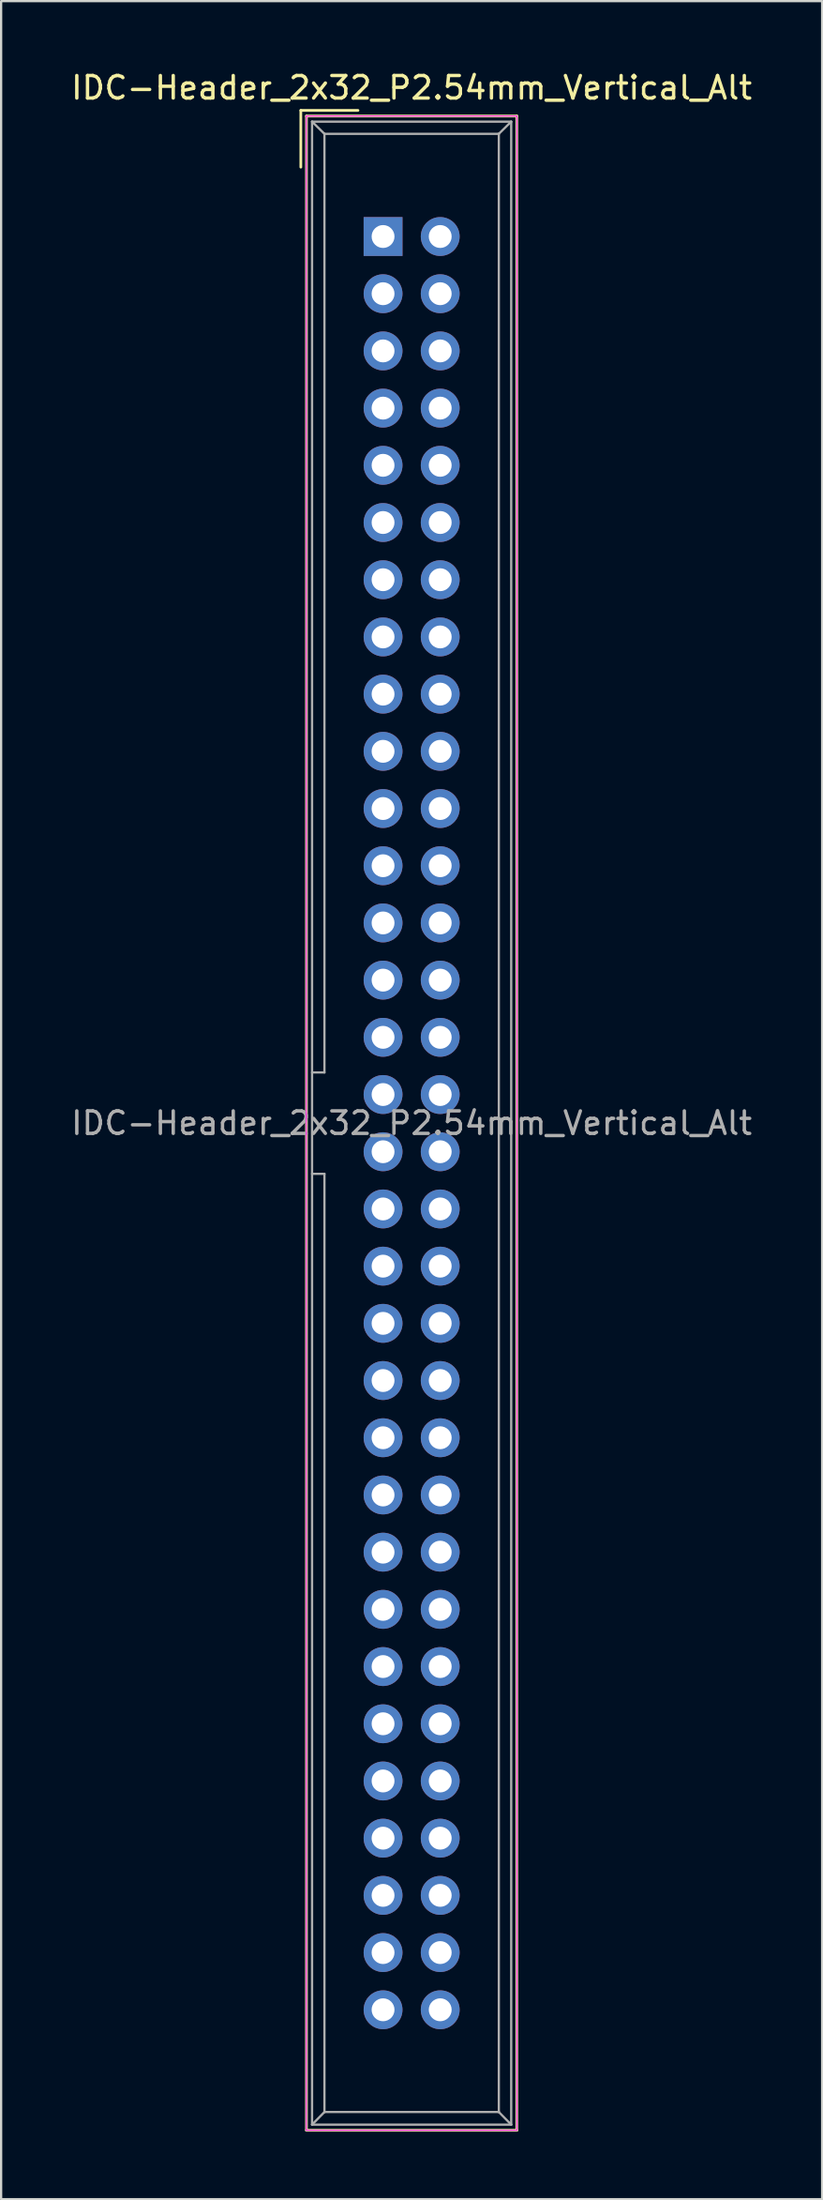
<source format=kicad_pcb>
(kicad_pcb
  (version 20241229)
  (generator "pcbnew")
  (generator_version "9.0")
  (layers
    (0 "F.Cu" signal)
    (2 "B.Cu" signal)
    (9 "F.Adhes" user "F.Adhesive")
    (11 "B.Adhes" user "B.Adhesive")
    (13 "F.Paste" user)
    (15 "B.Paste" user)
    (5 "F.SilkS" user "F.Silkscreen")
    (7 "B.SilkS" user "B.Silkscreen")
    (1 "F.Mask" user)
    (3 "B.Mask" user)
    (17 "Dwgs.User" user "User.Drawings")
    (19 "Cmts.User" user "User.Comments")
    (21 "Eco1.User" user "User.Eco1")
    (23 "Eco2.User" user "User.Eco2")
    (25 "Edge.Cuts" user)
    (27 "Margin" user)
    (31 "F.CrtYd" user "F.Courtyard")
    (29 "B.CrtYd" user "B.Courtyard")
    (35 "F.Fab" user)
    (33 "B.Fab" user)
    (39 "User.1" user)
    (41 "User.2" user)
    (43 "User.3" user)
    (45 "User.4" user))
  (footprint "IDC-Header_2x32_P2.54mm_Vertical_Alt"
    (layer "F.Cu")
    (at 13.974 7.452)
    (property "Reference" "IDC-Header_2x32_P2.54mm_Vertical_Alt" (at 1.27 -6.604 0) (layer "F.SilkS") (effects (font (size 1 1) (thickness 0.15))))
    (attr through_hole)
    (fp_line (start -3.655 -5.6) (end -3.655 -3.08) (stroke (width 0.12) (type solid)) (layer "F.SilkS"))
    (fp_line (start -3.655 -5.6) (end -1.115 -5.6) (stroke (width 0.12) (type solid)) (layer "F.SilkS"))
    (fp_line (start -3.405 -5.35) (end 5.945 -5.35) (stroke (width 0.12) (type solid)) (layer "F.SilkS"))
    (fp_line (start -3.405 84.09) (end -3.405 -5.35) (stroke (width 0.12) (type solid)) (layer "F.SilkS"))
    (fp_line (start 5.945 -5.35) (end 5.945 84.09) (stroke (width 0.12) (type solid)) (layer "F.SilkS"))
    (fp_line (start 5.945 84.09) (end -3.405 84.09) (stroke (width 0.12) (type solid)) (layer "F.SilkS"))
    (fp_line (start -3.41 -5.35) (end 5.95 -5.35) (stroke (width 0.05) (type solid)) (layer "F.CrtYd"))
    (fp_line (start -3.41 84.09) (end -3.41 -5.35) (stroke (width 0.05) (type solid)) (layer "F.CrtYd"))
    (fp_line (start 5.95 -5.35) (end 5.95 84.09) (stroke (width 0.05) (type solid)) (layer "F.CrtYd"))
    (fp_line (start 5.95 84.09) (end -3.41 84.09) (stroke (width 0.05) (type solid)) (layer "F.CrtYd"))
    (fp_line (start -3.155 -5.1) (end -3.155 83.84) (stroke (width 0.1) (type solid)) (layer "F.Fab"))
    (fp_line (start -3.155 -5.1) (end -2.605 -4.56) (stroke (width 0.1) (type solid)) (layer "F.Fab"))
    (fp_line (start -3.155 83.84) (end -2.605 83.28) (stroke (width 0.1) (type solid)) (layer "F.Fab"))
    (fp_line (start -2.605 -4.56) (end -2.605 37.12) (stroke (width 0.1) (type solid)) (layer "F.Fab"))
    (fp_line (start -2.605 37.12) (end -3.155 37.12) (stroke (width 0.1) (type solid)) (layer "F.Fab"))
    (fp_line (start -2.605 41.62) (end -3.155 41.62) (stroke (width 0.1) (type solid)) (layer "F.Fab"))
    (fp_line (start -2.605 41.62) (end -2.605 83.28) (stroke (width 0.1) (type solid)) (layer "F.Fab"))
    (fp_line (start 5.145 -4.56) (end -2.605 -4.56) (stroke (width 0.1) (type solid)) (layer "F.Fab"))
    (fp_line (start 5.145 -4.56) (end 5.145 83.28) (stroke (width 0.1) (type solid)) (layer "F.Fab"))
    (fp_line (start 5.145 83.28) (end -2.605 83.28) (stroke (width 0.1) (type solid)) (layer "F.Fab"))
    (fp_line (start 5.695 -5.1) (end -3.155 -5.1) (stroke (width 0.1) (type solid)) (layer "F.Fab"))
    (fp_line (start 5.695 -5.1) (end 5.145 -4.56) (stroke (width 0.1) (type solid)) (layer "F.Fab"))
    (fp_line (start 5.695 -5.1) (end 5.695 83.84) (stroke (width 0.1) (type solid)) (layer "F.Fab"))
    (fp_line (start 5.695 83.84) (end -3.155 83.84) (stroke (width 0.1) (type solid)) (layer "F.Fab"))
    (fp_line (start 5.695 83.84) (end 5.145 83.28) (stroke (width 0.1) (type solid)) (layer "F.Fab"))
    (fp_text user "${REFERENCE}" (at 1.27 39.37 0) (layer "F.Fab") (effects (font (size 1 1) (thickness 0.15))))
    (pad "1a" thru_hole rect (at 0 0) (size 1.727 1.727) (drill 1.016) (layers "*.Cu" "*.Mask"))
    (pad "1b" thru_hole oval (at 2.54 0) (size 1.727 1.727) (drill 1.016) (layers "*.Cu" "*.Mask"))
    (pad "2a" thru_hole oval (at 0 2.54) (size 1.727 1.727) (drill 1.016) (layers "*.Cu" "*.Mask"))
    (pad "2b" thru_hole oval (at 2.54 2.54) (size 1.727 1.727) (drill 1.016) (layers "*.Cu" "*.Mask"))
    (pad "3a" thru_hole oval (at 0 5.08) (size 1.727 1.727) (drill 1.016) (layers "*.Cu" "*.Mask"))
    (pad "3b" thru_hole oval (at 2.54 5.08) (size 1.727 1.727) (drill 1.016) (layers "*.Cu" "*.Mask"))
    (pad "4a" thru_hole oval (at 0 7.62) (size 1.727 1.727) (drill 1.016) (layers "*.Cu" "*.Mask"))
    (pad "4b" thru_hole oval (at 2.54 7.62) (size 1.727 1.727) (drill 1.016) (layers "*.Cu" "*.Mask"))
    (pad "5a" thru_hole oval (at 0 10.16) (size 1.727 1.727) (drill 1.016) (layers "*.Cu" "*.Mask"))
    (pad "5b" thru_hole oval (at 2.54 10.16) (size 1.727 1.727) (drill 1.016) (layers "*.Cu" "*.Mask"))
    (pad "6a" thru_hole oval (at 0 12.7) (size 1.727 1.727) (drill 1.016) (layers "*.Cu" "*.Mask"))
    (pad "6b" thru_hole oval (at 2.54 12.7) (size 1.727 1.727) (drill 1.016) (layers "*.Cu" "*.Mask"))
    (pad "7a" thru_hole oval (at 0 15.24) (size 1.727 1.727) (drill 1.016) (layers "*.Cu" "*.Mask"))
    (pad "7b" thru_hole oval (at 2.54 15.24) (size 1.727 1.727) (drill 1.016) (layers "*.Cu" "*.Mask"))
    (pad "8a" thru_hole oval (at 0 17.78) (size 1.727 1.727) (drill 1.016) (layers "*.Cu" "*.Mask"))
    (pad "8b" thru_hole oval (at 2.54 17.78) (size 1.727 1.727) (drill 1.016) (layers "*.Cu" "*.Mask"))
    (pad "9a" thru_hole oval (at 0 20.32) (size 1.727 1.727) (drill 1.016) (layers "*.Cu" "*.Mask"))
    (pad "9b" thru_hole oval (at 2.54 20.32) (size 1.727 1.727) (drill 1.016) (layers "*.Cu" "*.Mask"))
    (pad "10a" thru_hole oval (at 0 22.86) (size 1.727 1.727) (drill 1.016) (layers "*.Cu" "*.Mask"))
    (pad "10b" thru_hole oval (at 2.54 22.86) (size 1.727 1.727) (drill 1.016) (layers "*.Cu" "*.Mask"))
    (pad "11a" thru_hole oval (at 0 25.4) (size 1.727 1.727) (drill 1.016) (layers "*.Cu" "*.Mask"))
    (pad "11b" thru_hole oval (at 2.54 25.4) (size 1.727 1.727) (drill 1.016) (layers "*.Cu" "*.Mask"))
    (pad "12a" thru_hole oval (at 0 27.94) (size 1.727 1.727) (drill 1.016) (layers "*.Cu" "*.Mask"))
    (pad "12b" thru_hole oval (at 2.54 27.94) (size 1.727 1.727) (drill 1.016) (layers "*.Cu" "*.Mask"))
    (pad "13a" thru_hole oval (at 0 30.48) (size 1.727 1.727) (drill 1.016) (layers "*.Cu" "*.Mask"))
    (pad "13b" thru_hole oval (at 2.54 30.48) (size 1.727 1.727) (drill 1.016) (layers "*.Cu" "*.Mask"))
    (pad "14a" thru_hole oval (at 0 33.02) (size 1.727 1.727) (drill 1.016) (layers "*.Cu" "*.Mask"))
    (pad "14b" thru_hole oval (at 2.54 33.02) (size 1.727 1.727) (drill 1.016) (layers "*.Cu" "*.Mask"))
    (pad "15a" thru_hole oval (at 0 35.56) (size 1.727 1.727) (drill 1.016) (layers "*.Cu" "*.Mask"))
    (pad "15b" thru_hole oval (at 2.54 35.56) (size 1.727 1.727) (drill 1.016) (layers "*.Cu" "*.Mask"))
    (pad "16a" thru_hole oval (at 0 38.1) (size 1.727 1.727) (drill 1.016) (layers "*.Cu" "*.Mask"))
    (pad "16b" thru_hole oval (at 2.54 38.1) (size 1.727 1.727) (drill 1.016) (layers "*.Cu" "*.Mask"))
    (pad "17a" thru_hole oval (at 0 40.64) (size 1.727 1.727) (drill 1.016) (layers "*.Cu" "*.Mask"))
    (pad "17b" thru_hole oval (at 2.54 40.64) (size 1.727 1.727) (drill 1.016) (layers "*.Cu" "*.Mask"))
    (pad "18a" thru_hole oval (at 0 43.18) (size 1.727 1.727) (drill 1.016) (layers "*.Cu" "*.Mask"))
    (pad "18b" thru_hole oval (at 2.54 43.18) (size 1.727 1.727) (drill 1.016) (layers "*.Cu" "*.Mask"))
    (pad "19a" thru_hole oval (at 0 45.72) (size 1.727 1.727) (drill 1.016) (layers "*.Cu" "*.Mask"))
    (pad "19b" thru_hole oval (at 2.54 45.72) (size 1.727 1.727) (drill 1.016) (layers "*.Cu" "*.Mask"))
    (pad "20a" thru_hole oval (at 0 48.26) (size 1.727 1.727) (drill 1.016) (layers "*.Cu" "*.Mask"))
    (pad "20b" thru_hole oval (at 2.54 48.26) (size 1.727 1.727) (drill 1.016) (layers "*.Cu" "*.Mask"))
    (pad "21a" thru_hole oval (at 0 50.8) (size 1.727 1.727) (drill 1.016) (layers "*.Cu" "*.Mask"))
    (pad "21b" thru_hole oval (at 2.54 50.8) (size 1.727 1.727) (drill 1.016) (layers "*.Cu" "*.Mask"))
    (pad "22a" thru_hole oval (at 0 53.34) (size 1.727 1.727) (drill 1.016) (layers "*.Cu" "*.Mask"))
    (pad "22b" thru_hole oval (at 2.54 53.34) (size 1.727 1.727) (drill 1.016) (layers "*.Cu" "*.Mask"))
    (pad "23a" thru_hole oval (at 0 55.88) (size 1.727 1.727) (drill 1.016) (layers "*.Cu" "*.Mask"))
    (pad "23b" thru_hole oval (at 2.54 55.88) (size 1.727 1.727) (drill 1.016) (layers "*.Cu" "*.Mask"))
    (pad "24a" thru_hole oval (at 0 58.42) (size 1.727 1.727) (drill 1.016) (layers "*.Cu" "*.Mask"))
    (pad "24b" thru_hole oval (at 2.54 58.42) (size 1.727 1.727) (drill 1.016) (layers "*.Cu" "*.Mask"))
    (pad "25a" thru_hole oval (at 0 60.96) (size 1.727 1.727) (drill 1.016) (layers "*.Cu" "*.Mask"))
    (pad "25b" thru_hole oval (at 2.54 60.96) (size 1.727 1.727) (drill 1.016) (layers "*.Cu" "*.Mask"))
    (pad "26a" thru_hole oval (at 0 63.5) (size 1.727 1.727) (drill 1.016) (layers "*.Cu" "*.Mask"))
    (pad "26b" thru_hole oval (at 2.54 63.5) (size 1.727 1.727) (drill 1.016) (layers "*.Cu" "*.Mask"))
    (pad "27a" thru_hole oval (at 0 66.04) (size 1.727 1.727) (drill 1.016) (layers "*.Cu" "*.Mask"))
    (pad "27b" thru_hole oval (at 2.54 66.04) (size 1.727 1.727) (drill 1.016) (layers "*.Cu" "*.Mask"))
    (pad "28a" thru_hole oval (at 0 68.58) (size 1.727 1.727) (drill 1.016) (layers "*.Cu" "*.Mask"))
    (pad "28b" thru_hole oval (at 2.54 68.58) (size 1.727 1.727) (drill 1.016) (layers "*.Cu" "*.Mask"))
    (pad "29a" thru_hole oval (at 0 71.12) (size 1.727 1.727) (drill 1.016) (layers "*.Cu" "*.Mask"))
    (pad "29b" thru_hole oval (at 2.54 71.12) (size 1.727 1.727) (drill 1.016) (layers "*.Cu" "*.Mask"))
    (pad "30a" thru_hole oval (at 0 73.66) (size 1.727 1.727) (drill 1.016) (layers "*.Cu" "*.Mask"))
    (pad "30b" thru_hole oval (at 2.54 73.66) (size 1.727 1.727) (drill 1.016) (layers "*.Cu" "*.Mask"))
    (pad "31a" thru_hole oval (at 0 76.2) (size 1.727 1.727) (drill 1.016) (layers "*.Cu" "*.Mask"))
    (pad "31b" thru_hole oval (at 2.54 76.2) (size 1.727 1.727) (drill 1.016) (layers "*.Cu" "*.Mask"))
    (pad "32a" thru_hole oval (at 0 78.74) (size 1.727 1.727) (drill 1.016) (layers "*.Cu" "*.Mask"))
    (pad "32b" thru_hole oval (at 2.54 78.74) (size 1.727 1.727) (drill 1.016) (layers "*.Cu" "*.Mask")))
  (gr_rect
    (start -3 -3)
    (end 33.488 94.602)
    (stroke (width 0.1) (type default))
    (fill no)
    (layer "Edge.Cuts")))
</source>
